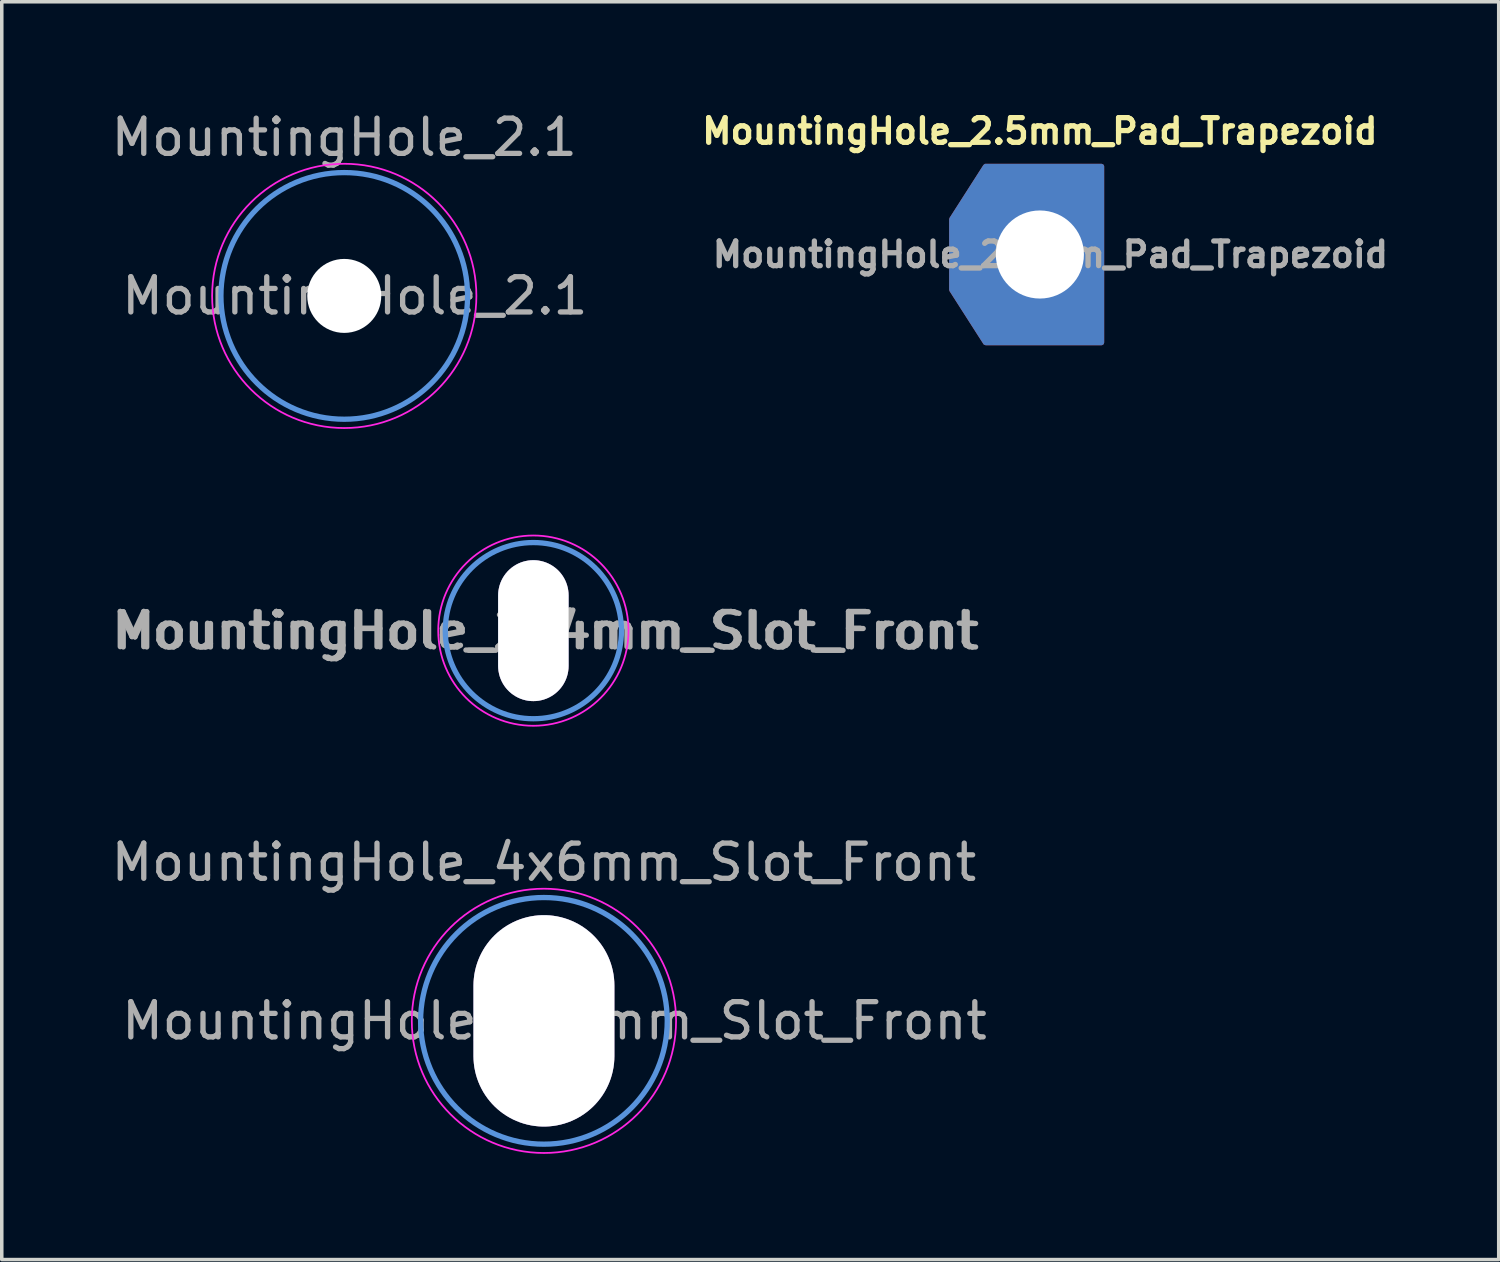
<source format=kicad_pcb>
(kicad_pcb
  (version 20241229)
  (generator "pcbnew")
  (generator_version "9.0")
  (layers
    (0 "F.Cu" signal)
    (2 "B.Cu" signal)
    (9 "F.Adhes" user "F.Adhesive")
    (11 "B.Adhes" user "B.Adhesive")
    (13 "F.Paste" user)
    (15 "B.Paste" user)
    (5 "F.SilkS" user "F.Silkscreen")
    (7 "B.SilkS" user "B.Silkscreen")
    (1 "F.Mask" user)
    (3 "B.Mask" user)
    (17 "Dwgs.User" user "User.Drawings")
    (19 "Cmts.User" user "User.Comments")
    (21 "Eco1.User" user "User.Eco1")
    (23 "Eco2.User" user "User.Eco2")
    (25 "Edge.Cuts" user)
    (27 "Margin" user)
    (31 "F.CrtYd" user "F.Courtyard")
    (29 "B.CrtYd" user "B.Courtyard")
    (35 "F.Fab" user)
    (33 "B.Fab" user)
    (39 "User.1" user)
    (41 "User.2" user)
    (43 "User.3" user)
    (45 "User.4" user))
  (footprint "MountingHole_2.1"
    (layer "F.Cu")
    (at 6.72 5.348)
    (property "Reference" "MountingHole_2.1" (at 0 -4.5 0) (layer "F.Fab") (effects (font (size 1 1) (thickness 0.15))))
    (attr through_hole)
    (fp_circle (center 0 0) (end 3.5 0) (stroke (width 0.15) (type solid)) (fill no) (layer "Cmts.User"))
    (fp_circle (center 0 0) (end 3.75 0) (stroke (width 0.05) (type solid)) (fill no) (layer "F.CrtYd"))
    (fp_text user "${REFERENCE}" (at 0.3 0 0) (layer "F.Fab") (effects (font (size 1 1) (thickness 0.15))))
    (pad "" np_thru_hole circle (at 0 0) (size 2.1 2.1) (drill 2.1) (layers "F.Cu" "F.Mask")))
  (footprint "MountingHole_2.5mm_Pad_Trapezoid"
    (layer "F.Cu")
    (at 26.462 4.173)
    (property "Reference" "MountingHole_2.5mm_Pad_Trapezoid" (at 0 -3.5 0) (layer "F.SilkS") (effects (font (size 0.7 0.7) (thickness 0.15))))
    (attr exclude_from_pos_files exclude_from_bom)
    (fp_text user "${REFERENCE}" (at 0.3 0 0) (layer "F.Fab") (effects (font (size 0.7 0.7) (thickness 0.15))))
    (pad "1" thru_hole custom (at 0 0) (size 2.6 2.6) (drill 2.5) (layers "*.Cu" "*.Mask") (options (anchor circle)) (primitives (gr_poly (pts (xy 1.75 -2.5) (xy -1.54 -2.5) (xy -2.5 -1) (xy -2.5 1) (xy -1.54 2.5) (xy 1.75 2.5)) (width 0.15) (fill yes)))))
  (footprint "MountingHole_2x4mm_Slot_Front"
    (layer "F.Cu")
    (at 12.087 14.848)
    (property "Reference" "MountingHole_2x4mm_Slot_Front" (at 0.384 0.008 0) (layer "F.Fab") (effects (font (size 1 1) (thickness 0.15))))
    (attr exclude_from_pos_files exclude_from_bom)
    (fp_circle (center 0 0) (end 2.5 0) (stroke (width 0.15) (type solid)) (fill no) (layer "Cmts.User"))
    (fp_circle (center 0 0) (end 2.7 0) (stroke (width 0.05) (type solid)) (fill no) (layer "F.CrtYd"))
    (fp_text user "${REFERENCE}" (at 0.3 0 0) (layer "F.Fab") (effects (font (size 1 1) (thickness 0.15))))
    (pad "" thru_hole oval (at 0 0) (size 2 4) (drill oval 2 4) (layers "*.Cu" "*.Mask")))
  (footprint "MountingHole_4x6mm_Slot_Front"
    (layer "F.Cu")
    (at 12.387 25.922)
    (property "Reference" "MountingHole_4x6mm_Slot_Front" (at 0 -4.5 0) (layer "F.Fab") (effects (font (size 1 1) (thickness 0.15))))
    (attr exclude_from_pos_files exclude_from_bom)
    (fp_circle (center 0 0) (end 3.5 0) (stroke (width 0.15) (type solid)) (fill no) (layer "Cmts.User"))
    (fp_circle (center 0 0) (end 3.75 0) (stroke (width 0.05) (type solid)) (fill no) (layer "F.CrtYd"))
    (fp_text user "${REFERENCE}" (at 0.3 0 0) (layer "F.Fab") (effects (font (size 1 1) (thickness 0.15))))
    (pad "" thru_hole oval (at 0 0) (size 4 6) (drill oval 4 6) (layers "*.Cu" "*.Mask")))
  (gr_rect
    (start -3 -3)
    (end 39.484 32.697)
    (stroke (width 0.1) (type default))
    (fill no)
    (layer "Edge.Cuts")))
</source>
